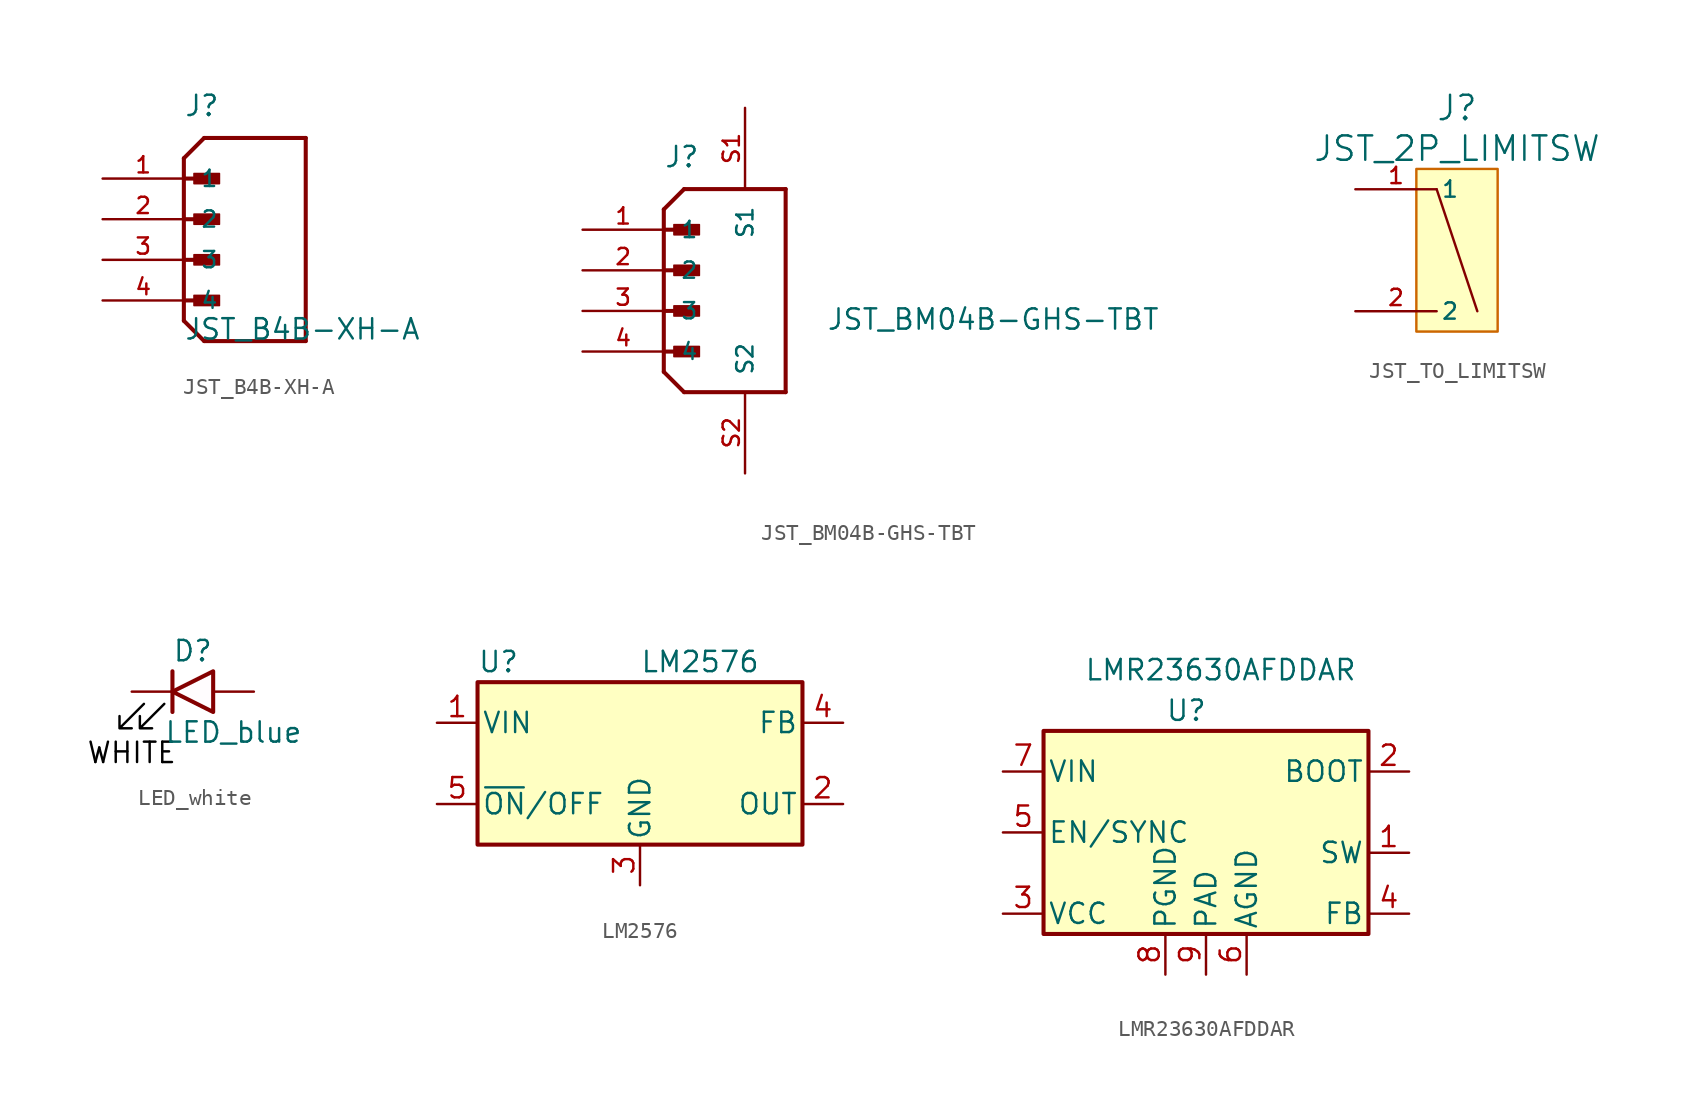
<source format=kicad_sym>
(kicad_symbol_lib
  (version 20241209)
  (generator "kicad_symbol_editor")
  (generator_version "9.0")
  (symbol "JST_B4B-XH-A"
    (pin_names
      (offset 1.016))
    (property "Reference" "J"
      (at 0 6.35 0)
      (effects (font (size 1.27 1.27)) (justify left bottom)))
    (property "Value" "JST_B4B-XH-A"
      (at 0 -7.62 0)
      (effects (font (size 1.27 1.27)) (justify left bottom)))
    (symbol "JST_B4B-XH-A_0_0"
      (polyline (pts (xy 0 3.81) (xy 0 2.54)) (stroke (width 0.254) (type default)) (fill (type none)))
      (polyline (pts (xy 0 3.81) (xy 1.27 5.08)) (stroke (width 0.254) (type default)) (fill (type none)))
      (polyline (pts (xy 0 2.54) (xy 0 -6.35)) (stroke (width 0.254) (type default)) (fill (type none)))
      (polyline (pts (xy 0 2.54) (xy 1.905 2.54)) (stroke (width 0.254) (type default)) (fill (type none)))
      (polyline (pts (xy 0 0) (xy 1.905 0)) (stroke (width 0.254) (type default)) (fill (type none)))
      (polyline (pts (xy 0 -2.54) (xy 1.905 -2.54)) (stroke (width 0.254) (type default)) (fill (type none)))
      (polyline (pts (xy 0 -5.08) (xy 1.905 -5.08)) (stroke (width 0.254) (type default)) (fill (type none)))
      (polyline (pts (xy 0 -6.35) (xy 1.27 -7.62)) (stroke (width 0.254) (type default)) (fill (type none)))
      (rectangle (start 0.635 2.223) (end 2.223 2.857) (stroke (width 0.1) (type default)) (fill (type outline)))
      (rectangle (start 0.635 -0.318) (end 2.223 0.318) (stroke (width 0.1) (type default)) (fill (type outline)))
      (rectangle (start 0.635 -2.223) (end 2.223 -2.857) (stroke (width 0.1) (type default)) (fill (type outline)))
      (rectangle (start 0.635 -4.763) (end 2.223 -5.397) (stroke (width 0.1) (type default)) (fill (type outline)))
      (polyline (pts (xy 1.27 -7.62) (xy 7.62 -7.62)) (stroke (width 0.254) (type default)) (fill (type none)))
      (polyline (pts (xy 7.62 5.08) (xy 1.27 5.08)) (stroke (width 0.254) (type default)) (fill (type none)))
      (polyline (pts (xy 7.62 -7.62) (xy 7.62 5.08)) (stroke (width 0.254) (type default)) (fill (type none)))
      (pin passive line (at -5.08 2.54 0) (length 5.08) (name "1" (effects (font (size 1.016 1.016)))) (number "1" (effects (font (size 1.016 1.016)))))
      (pin passive line (at -5.08 0 0) (length 5.08) (name "2" (effects (font (size 1.016 1.016)))) (number "2" (effects (font (size 1.016 1.016)))))
      (pin passive line (at -5.08 -2.54 0) (length 5.08) (name "3" (effects (font (size 1.016 1.016)))) (number "3" (effects (font (size 1.016 1.016))))))
    (symbol "JST_B4B-XH-A_1_0"
      (pin passive line (at -5.08 -5.08 0) (length 5.08) (name "4" (effects (font (size 1.016 1.016)))) (number "4" (effects (font (size 1.016 1.016)))))))
  (symbol "JST_BM04B-GHS-TBT"
    (pin_names
      (offset 1.016))
    (property "Reference" "J"
      (at 0 6.35 0)
      (effects (font (size 1.27 1.27)) (justify left bottom)))
    (property "Value" "JST_BM04B-GHS-TBT"
      (at 10.16 -3.81 0)
      (effects (font (size 1.27 1.27)) (justify left bottom)))
    (symbol "JST_BM04B-GHS-TBT_0_0"
      (polyline (pts (xy 0 3.81) (xy 0 2.54)) (stroke (width 0.254) (type default)) (fill (type none)))
      (polyline (pts (xy 0 3.81) (xy 1.27 5.08)) (stroke (width 0.254) (type default)) (fill (type none)))
      (polyline (pts (xy 0 2.54) (xy 0 -6.35)) (stroke (width 0.254) (type default)) (fill (type none)))
      (polyline (pts (xy 0 2.54) (xy 1.905 2.54)) (stroke (width 0.254) (type default)) (fill (type none)))
      (polyline (pts (xy 0 0) (xy 1.905 0)) (stroke (width 0.254) (type default)) (fill (type none)))
      (polyline (pts (xy 0 -2.54) (xy 1.905 -2.54)) (stroke (width 0.254) (type default)) (fill (type none)))
      (polyline (pts (xy 0 -5.08) (xy 1.905 -5.08)) (stroke (width 0.254) (type default)) (fill (type none)))
      (polyline (pts (xy 0 -6.35) (xy 1.27 -7.62)) (stroke (width 0.254) (type default)) (fill (type none)))
      (rectangle (start 0.635 2.223) (end 2.223 2.857) (stroke (width 0.1) (type default)) (fill (type outline)))
      (rectangle (start 0.635 -0.318) (end 2.223 0.318) (stroke (width 0.1) (type default)) (fill (type outline)))
      (rectangle (start 0.635 -2.223) (end 2.223 -2.857) (stroke (width 0.1) (type default)) (fill (type outline)))
      (rectangle (start 0.635 -4.763) (end 2.223 -5.397) (stroke (width 0.1) (type default)) (fill (type outline)))
      (polyline (pts (xy 1.27 -7.62) (xy 7.62 -7.62)) (stroke (width 0.254) (type default)) (fill (type none)))
      (polyline (pts (xy 7.62 5.08) (xy 1.27 5.08)) (stroke (width 0.254) (type default)) (fill (type none)))
      (polyline (pts (xy 7.62 -7.62) (xy 7.62 5.08)) (stroke (width 0.254) (type default)) (fill (type none)))
      (pin passive line (at -5.08 2.54 0) (length 5.08) (name "1" (effects (font (size 1.016 1.016)))) (number "1" (effects (font (size 1.016 1.016)))))
      (pin passive line (at -5.08 0 0) (length 5.08) (name "2" (effects (font (size 1.016 1.016)))) (number "2" (effects (font (size 1.016 1.016)))))
      (pin passive line (at -5.08 -2.54 0) (length 5.08) (name "3" (effects (font (size 1.016 1.016)))) (number "3" (effects (font (size 1.016 1.016))))))
    (symbol "JST_BM04B-GHS-TBT_1_0"
      (pin passive line (at -5.08 -5.08 0) (length 5.08) (name "4" (effects (font (size 1.016 1.016)))) (number "4" (effects (font (size 1.016 1.016)))))
      (pin passive line (at 5.08 10.16 270) (length 5.08) (name "S1" (effects (font (size 1.016 1.016)))) (number "S1" (effects (font (size 1.016 1.016)))))
      (pin passive line (at 5.08 -12.7 90) (length 5.08) (name "S2" (effects (font (size 1.016 1.016)))) (number "S2" (effects (font (size 1.016 1.016)))))))
  (symbol "JST_TO_LIMITSW"
    (pin_names
      (offset 0.254))
    (property "Reference" "J"
      (at 1.27 8.89 0)
      (effects (font (size 1.524 1.524))))
    (property "Value" "JST_2P_LIMITSW"
      (at 1.27 6.35 0)
      (effects (font (size 1.524 1.524))))
    (symbol "JST_TO_LIMITSW_0_1"
      (polyline (pts (xy 0 3.81) (xy 2.54 -3.81)) (stroke (width 0) (type default)) (fill (type none))))
    (symbol "JST_TO_LIMITSW_1_0"
      (pin bidirectional line (at -5.08 3.81 0) (length 5.08) (name "1" (effects (font (size 1.016 1.016)))) (number "1" (effects (font (size 1.016 1.016)))))
      (pin bidirectional line (at -5.08 -3.81 0) (length 5.08) (name "2" (effects (font (size 1.016 1.016)))) (number "2" (effects (font (size 1.016 1.016))))))
    (symbol "JST_TO_LIMITSW_1_1"
      (rectangle (start -1.27 5.08) (end 3.81 -5.08) (stroke (width 0) (type default) (color 204 102 0 1)) (fill (type background)))))
  (symbol "LED_white"
    (pin_numbers
      (hide yes))
    (pin_names
      (offset 1.016)
      (hide yes))
    (property "Reference" "D"
      (at 0 2.54 0)
      (effects (font (size 1.27 1.27))))
    (property "Value" "LED_blue"
      (at 2.54 -2.54 0)
      (effects (font (size 1.27 1.27))))
    (symbol "LED_white_0_1"
      (polyline (pts (xy -1.27 -1.27) (xy -1.27 1.27)) (stroke (width 0.254) (type default)) (fill (type none))))
    (symbol "LED_white_1_1"
      (polyline (pts (xy -3.048 -0.762) (xy -4.572 -2.286) (xy -3.81 -2.286) (xy -4.572 -2.286) (xy -4.572 -1.524)) (stroke (width 0) (type default) (color 0 0 0 1)) (fill (type none)))
      (polyline (pts (xy -1.778 -0.762) (xy -3.302 -2.286) (xy -2.54 -2.286) (xy -3.302 -2.286) (xy -3.302 -1.524)) (stroke (width 0) (type default) (color 0 0 0 1)) (fill (type none)))
      (polyline (pts (xy 1.27 -1.27) (xy 1.27 1.27) (xy -1.27 0) (xy 1.27 -1.27)) (stroke (width 0.254) (type default)) (fill (type color) (color 255 252 254 1)))
      (text "WHITE" (at -3.81 -3.81 0) (effects (font (size 1.27 1.27) (color 0 0 0 1))))
      (pin passive line (at -3.81 0 0) (length 2.54) (name "K" (effects (font (size 1.27 1.27)))) (number "1" (effects (font (size 1.27 1.27)))))
      (pin passive line (at 3.81 0 180) (length 2.54) (name "A" (effects (font (size 1.27 1.27)))) (number "2" (effects (font (size 1.27 1.27)))))))
  (symbol "LM2576"
    (pin_names
      (offset 0.254))
    (property "Reference" "U"
      (at -10.16 6.35 0)
      (effects (font (size 1.27 1.27)) (justify left)))
    (property "Value" "LM2576"
      (at 0 6.35 0)
      (effects (font (size 1.27 1.27)) (justify left)))
    (symbol "LM2576_0_1"
      (rectangle (start -10.16 5.08) (end 10.16 -5.08) (stroke (width 0.254) (type default)) (fill (type background))))
    (symbol "LM2576_1_1"
      (pin power_in line (at -12.7 2.54 0) (length 2.54) (name "VIN" (effects (font (size 1.27 1.27)))) (number "1" (effects (font (size 1.27 1.27)))))
      (pin input line (at -12.7 -2.54 0) (length 2.54) (name "~{ON}/OFF" (effects (font (size 1.27 1.27)))) (number "5" (effects (font (size 1.27 1.27)))))
      (pin power_in line (at 0 -7.62 90) (length 2.54) (name "GND" (effects (font (size 1.27 1.27)))) (number "3" (effects (font (size 1.27 1.27)))))
      (pin input line (at 12.7 2.54 180) (length 2.54) (name "FB" (effects (font (size 1.27 1.27)))) (number "4" (effects (font (size 1.27 1.27)))))
      (pin output line (at 12.7 -2.54 180) (length 2.54) (name "OUT" (effects (font (size 1.27 1.27)))) (number "2" (effects (font (size 1.27 1.27)))))))
  (symbol "LMR23630AFDDAR"
    (pin_names
      (offset 0.254))
    (property "Reference" "U"
      (at -2.54 8.89 0)
      (effects (font (size 1.27 1.27)) (justify left)))
    (property "Value" "LMR23630AFDDAR"
      (at -7.62 11.43 0)
      (effects (font (size 1.27 1.27)) (justify left)))
    (symbol "LMR23630AFDDAR_0_1"
      (rectangle (start -10.16 7.62) (end 10.16 -5.08) (stroke (width 0.254) (type default)) (fill (type background))))
    (symbol "LMR23630AFDDAR_1_1"
      (pin power_in line (at -12.7 5.08 0) (length 2.54) (name "VIN" (effects (font (size 1.27 1.27)))) (number "7" (effects (font (size 1.27 1.27)))))
      (pin input line (at -12.7 1.27 0) (length 2.54) (name "EN/SYNC" (effects (font (size 1.27 1.27)))) (number "5" (effects (font (size 1.27 1.27)))))
      (pin passive line (at -12.7 -3.81 0) (length 2.54) (name "VCC" (effects (font (size 1.27 1.27)))) (number "3" (effects (font (size 1.27 1.27)))))
      (pin power_in line (at -2.54 -7.62 90) (length 2.54) (name "PGND" (effects (font (size 1.27 1.27)))) (number "8" (effects (font (size 1.27 1.27)))))
      (pin passive line (at 0 -7.62 90) (length 2.54) (name "PAD" (effects (font (size 1.27 1.27)))) (number "9" (effects (font (size 1.27 1.27)))))
      (pin power_in line (at 2.54 -7.62 90) (length 2.54) (name "AGND" (effects (font (size 1.27 1.27)))) (number "6" (effects (font (size 1.27 1.27)))))
      (pin passive line (at 12.7 5.08 180) (length 2.54) (name "BOOT" (effects (font (size 1.27 1.27)))) (number "2" (effects (font (size 1.27 1.27)))))
      (pin output line (at 12.7 0 180) (length 2.54) (name "SW" (effects (font (size 1.27 1.27)))) (number "1" (effects (font (size 1.27 1.27)))))
      (pin input line (at 12.7 -3.81 180) (length 2.54) (name "FB" (effects (font (size 1.27 1.27)))) (number "4" (effects (font (size 1.27 1.27))))))))
</source>
